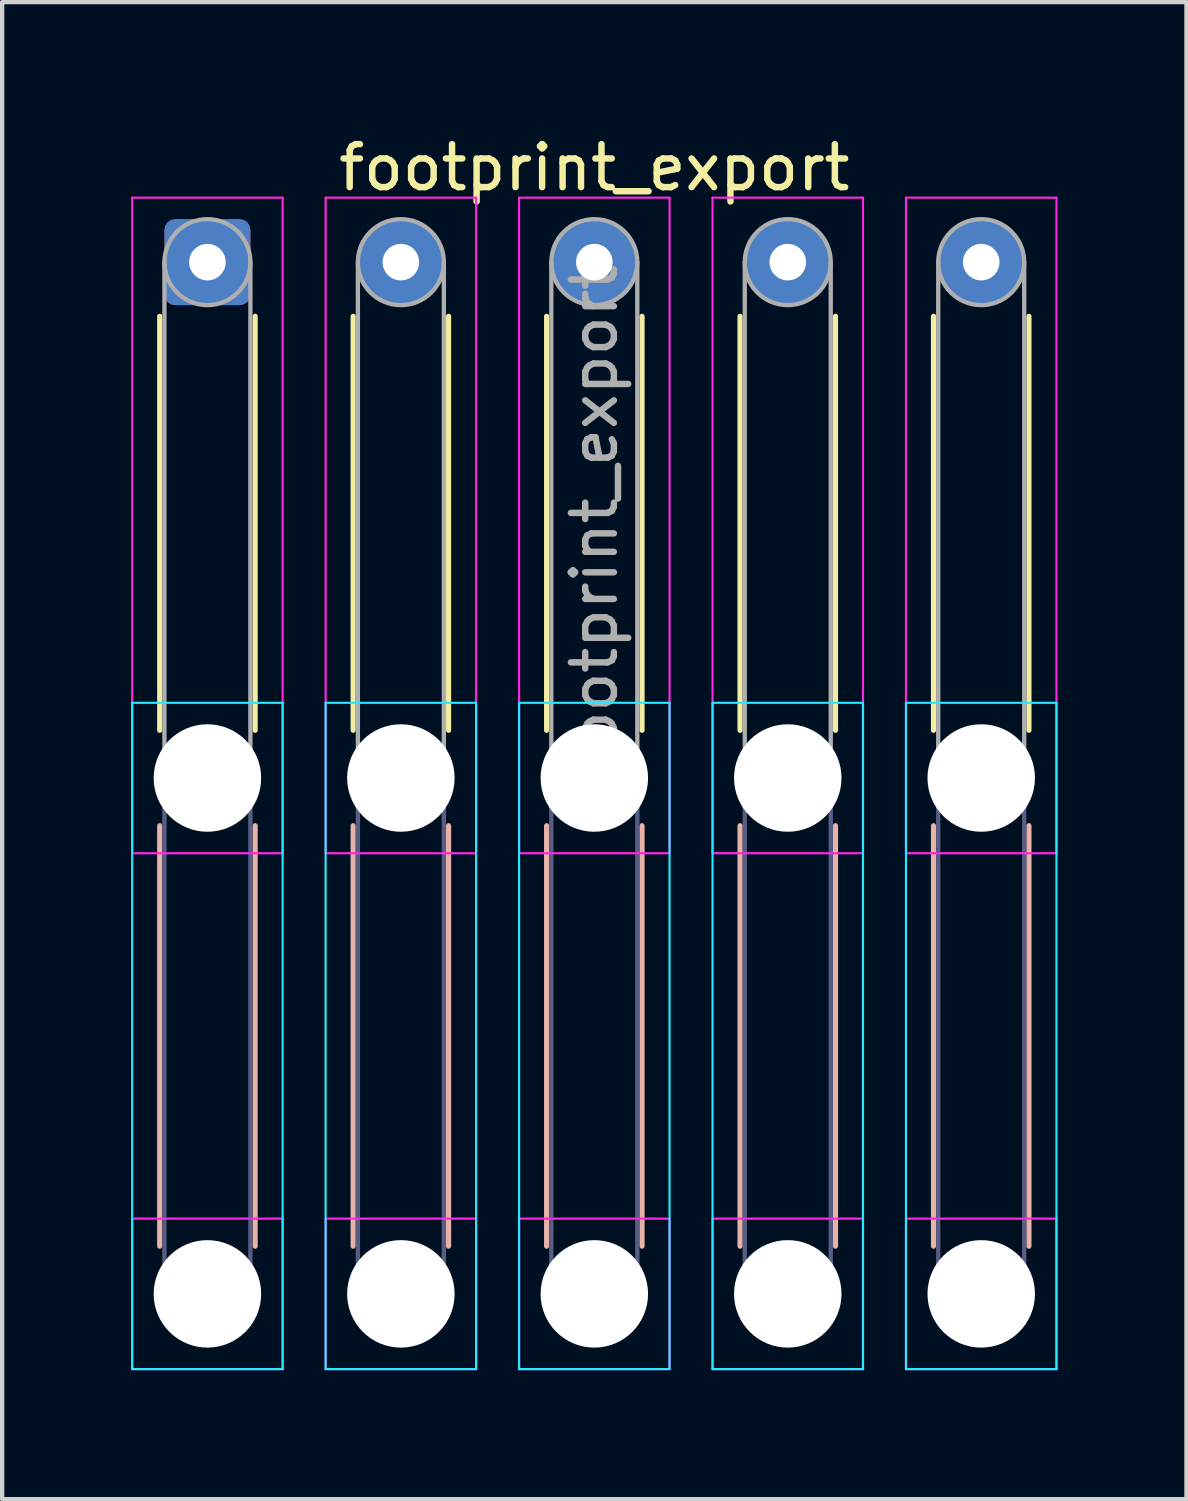
<source format=kicad_pcb>
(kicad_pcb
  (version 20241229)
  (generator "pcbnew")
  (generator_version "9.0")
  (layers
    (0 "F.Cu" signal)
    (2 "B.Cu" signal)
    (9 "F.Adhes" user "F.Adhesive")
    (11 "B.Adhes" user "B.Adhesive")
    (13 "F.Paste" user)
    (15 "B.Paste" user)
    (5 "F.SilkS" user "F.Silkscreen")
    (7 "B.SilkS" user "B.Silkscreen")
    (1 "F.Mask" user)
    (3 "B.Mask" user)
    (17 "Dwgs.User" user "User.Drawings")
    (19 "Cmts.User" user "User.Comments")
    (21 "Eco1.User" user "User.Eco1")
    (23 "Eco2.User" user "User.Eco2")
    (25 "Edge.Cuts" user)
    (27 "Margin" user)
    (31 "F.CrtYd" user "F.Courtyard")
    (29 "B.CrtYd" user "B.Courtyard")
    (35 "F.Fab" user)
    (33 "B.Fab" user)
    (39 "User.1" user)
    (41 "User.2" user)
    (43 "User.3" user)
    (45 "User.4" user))
  (footprint "footprint_export"
    (layer "F.Cu")
    (at 1.775 3.048)
    (property "Reference" "footprint_export" (at 9 -2.2 0) (layer "F.SilkS") (effects (font (size 1 1) (thickness 0.15))))
    (attr exclude_from_pos_files exclude_from_bom)
    (fp_line (start -1.11 1.26) (end -1.11 10.89) (stroke (width 0.12) (type solid)) (layer "F.SilkS"))
    (fp_line (start 1.11 1.26) (end 1.11 10.89) (stroke (width 0.12) (type solid)) (layer "F.SilkS"))
    (fp_line (start 3.39 1.26) (end 3.39 10.89) (stroke (width 0.12) (type solid)) (layer "F.SilkS"))
    (fp_line (start 5.61 1.26) (end 5.61 10.89) (stroke (width 0.12) (type solid)) (layer "F.SilkS"))
    (fp_line (start 7.89 1.26) (end 7.89 10.89) (stroke (width 0.12) (type solid)) (layer "F.SilkS"))
    (fp_line (start 10.11 1.26) (end 10.11 10.89) (stroke (width 0.12) (type solid)) (layer "F.SilkS"))
    (fp_line (start 12.39 1.26) (end 12.39 10.89) (stroke (width 0.12) (type solid)) (layer "F.SilkS"))
    (fp_line (start 14.61 1.26) (end 14.61 10.89) (stroke (width 0.12) (type solid)) (layer "F.SilkS"))
    (fp_line (start 16.89 1.26) (end 16.89 10.89) (stroke (width 0.12) (type solid)) (layer "F.SilkS"))
    (fp_line (start 19.11 1.26) (end 19.11 10.89) (stroke (width 0.12) (type solid)) (layer "F.SilkS"))
    (fp_line (start -1.11 13.11) (end -1.11 22.89) (stroke (width 0.12) (type solid)) (layer "B.SilkS"))
    (fp_line (start 1.11 13.11) (end 1.11 22.89) (stroke (width 0.12) (type solid)) (layer "B.SilkS"))
    (fp_line (start 3.39 13.11) (end 3.39 22.89) (stroke (width 0.12) (type solid)) (layer "B.SilkS"))
    (fp_line (start 5.61 13.11) (end 5.61 22.89) (stroke (width 0.12) (type solid)) (layer "B.SilkS"))
    (fp_line (start 7.89 13.11) (end 7.89 22.89) (stroke (width 0.12) (type solid)) (layer "B.SilkS"))
    (fp_line (start 10.11 13.11) (end 10.11 22.89) (stroke (width 0.12) (type solid)) (layer "B.SilkS"))
    (fp_line (start 12.39 13.11) (end 12.39 22.89) (stroke (width 0.12) (type solid)) (layer "B.SilkS"))
    (fp_line (start 14.61 13.11) (end 14.61 22.89) (stroke (width 0.12) (type solid)) (layer "B.SilkS"))
    (fp_line (start 16.89 13.11) (end 16.89 22.89) (stroke (width 0.12) (type solid)) (layer "B.SilkS"))
    (fp_line (start 19.11 13.11) (end 19.11 22.89) (stroke (width 0.12) (type solid)) (layer "B.SilkS"))
    (fp_line (start -1.75 10.25) (end -1.75 25.75) (stroke (width 0.05) (type solid)) (layer "B.CrtYd"))
    (fp_line (start -1.75 25.75) (end 1.75 25.75) (stroke (width 0.05) (type solid)) (layer "B.CrtYd"))
    (fp_line (start 1.75 10.25) (end -1.75 10.25) (stroke (width 0.05) (type solid)) (layer "B.CrtYd"))
    (fp_line (start 1.75 25.75) (end 1.75 10.25) (stroke (width 0.05) (type solid)) (layer "B.CrtYd"))
    (fp_line (start 2.75 10.25) (end 2.75 25.75) (stroke (width 0.05) (type solid)) (layer "B.CrtYd"))
    (fp_line (start 2.75 25.75) (end 6.25 25.75) (stroke (width 0.05) (type solid)) (layer "B.CrtYd"))
    (fp_line (start 6.25 10.25) (end 2.75 10.25) (stroke (width 0.05) (type solid)) (layer "B.CrtYd"))
    (fp_line (start 6.25 25.75) (end 6.25 10.25) (stroke (width 0.05) (type solid)) (layer "B.CrtYd"))
    (fp_line (start 7.25 10.25) (end 7.25 25.75) (stroke (width 0.05) (type solid)) (layer "B.CrtYd"))
    (fp_line (start 7.25 25.75) (end 10.75 25.75) (stroke (width 0.05) (type solid)) (layer "B.CrtYd"))
    (fp_line (start 10.75 10.25) (end 7.25 10.25) (stroke (width 0.05) (type solid)) (layer "B.CrtYd"))
    (fp_line (start 10.75 25.75) (end 10.75 10.25) (stroke (width 0.05) (type solid)) (layer "B.CrtYd"))
    (fp_line (start 11.75 10.25) (end 11.75 25.75) (stroke (width 0.05) (type solid)) (layer "B.CrtYd"))
    (fp_line (start 11.75 25.75) (end 15.25 25.75) (stroke (width 0.05) (type solid)) (layer "B.CrtYd"))
    (fp_line (start 15.25 10.25) (end 11.75 10.25) (stroke (width 0.05) (type solid)) (layer "B.CrtYd"))
    (fp_line (start 15.25 25.75) (end 15.25 10.25) (stroke (width 0.05) (type solid)) (layer "B.CrtYd"))
    (fp_line (start 16.25 10.25) (end 16.25 25.75) (stroke (width 0.05) (type solid)) (layer "B.CrtYd"))
    (fp_line (start 16.25 25.75) (end 19.75 25.75) (stroke (width 0.05) (type solid)) (layer "B.CrtYd"))
    (fp_line (start 19.75 10.25) (end 16.25 10.25) (stroke (width 0.05) (type solid)) (layer "B.CrtYd"))
    (fp_line (start 19.75 25.75) (end 19.75 10.25) (stroke (width 0.05) (type solid)) (layer "B.CrtYd"))
    (fp_line (start -1.75 -1.5) (end -1.75 13.75) (stroke (width 0.05) (type solid)) (layer "F.CrtYd"))
    (fp_line (start -1.75 13.75) (end 1.75 13.75) (stroke (width 0.05) (type solid)) (layer "F.CrtYd"))
    (fp_line (start -1.75 22.25) (end -1.75 25.75) (stroke (width 0.05) (type solid)) (layer "F.CrtYd"))
    (fp_line (start -1.75 25.75) (end 1.75 25.75) (stroke (width 0.05) (type solid)) (layer "F.CrtYd"))
    (fp_line (start 1.75 -1.5) (end -1.75 -1.5) (stroke (width 0.05) (type solid)) (layer "F.CrtYd"))
    (fp_line (start 1.75 13.75) (end 1.75 -1.5) (stroke (width 0.05) (type solid)) (layer "F.CrtYd"))
    (fp_line (start 1.75 22.25) (end -1.75 22.25) (stroke (width 0.05) (type solid)) (layer "F.CrtYd"))
    (fp_line (start 1.75 25.75) (end 1.75 22.25) (stroke (width 0.05) (type solid)) (layer "F.CrtYd"))
    (fp_line (start 2.75 -1.5) (end 2.75 13.75) (stroke (width 0.05) (type solid)) (layer "F.CrtYd"))
    (fp_line (start 2.75 13.75) (end 6.25 13.75) (stroke (width 0.05) (type solid)) (layer "F.CrtYd"))
    (fp_line (start 2.75 22.25) (end 2.75 25.75) (stroke (width 0.05) (type solid)) (layer "F.CrtYd"))
    (fp_line (start 2.75 25.75) (end 6.25 25.75) (stroke (width 0.05) (type solid)) (layer "F.CrtYd"))
    (fp_line (start 6.25 -1.5) (end 2.75 -1.5) (stroke (width 0.05) (type solid)) (layer "F.CrtYd"))
    (fp_line (start 6.25 13.75) (end 6.25 -1.5) (stroke (width 0.05) (type solid)) (layer "F.CrtYd"))
    (fp_line (start 6.25 22.25) (end 2.75 22.25) (stroke (width 0.05) (type solid)) (layer "F.CrtYd"))
    (fp_line (start 6.25 25.75) (end 6.25 22.25) (stroke (width 0.05) (type solid)) (layer "F.CrtYd"))
    (fp_line (start 7.25 -1.5) (end 7.25 13.75) (stroke (width 0.05) (type solid)) (layer "F.CrtYd"))
    (fp_line (start 7.25 13.75) (end 10.75 13.75) (stroke (width 0.05) (type solid)) (layer "F.CrtYd"))
    (fp_line (start 7.25 22.25) (end 7.25 25.75) (stroke (width 0.05) (type solid)) (layer "F.CrtYd"))
    (fp_line (start 7.25 25.75) (end 10.75 25.75) (stroke (width 0.05) (type solid)) (layer "F.CrtYd"))
    (fp_line (start 10.75 -1.5) (end 7.25 -1.5) (stroke (width 0.05) (type solid)) (layer "F.CrtYd"))
    (fp_line (start 10.75 13.75) (end 10.75 -1.5) (stroke (width 0.05) (type solid)) (layer "F.CrtYd"))
    (fp_line (start 10.75 22.25) (end 7.25 22.25) (stroke (width 0.05) (type solid)) (layer "F.CrtYd"))
    (fp_line (start 10.75 25.75) (end 10.75 22.25) (stroke (width 0.05) (type solid)) (layer "F.CrtYd"))
    (fp_line (start 11.75 -1.5) (end 11.75 13.75) (stroke (width 0.05) (type solid)) (layer "F.CrtYd"))
    (fp_line (start 11.75 13.75) (end 15.25 13.75) (stroke (width 0.05) (type solid)) (layer "F.CrtYd"))
    (fp_line (start 11.75 22.25) (end 11.75 25.75) (stroke (width 0.05) (type solid)) (layer "F.CrtYd"))
    (fp_line (start 11.75 25.75) (end 15.25 25.75) (stroke (width 0.05) (type solid)) (layer "F.CrtYd"))
    (fp_line (start 15.25 -1.5) (end 11.75 -1.5) (stroke (width 0.05) (type solid)) (layer "F.CrtYd"))
    (fp_line (start 15.25 13.75) (end 15.25 -1.5) (stroke (width 0.05) (type solid)) (layer "F.CrtYd"))
    (fp_line (start 15.25 22.25) (end 11.75 22.25) (stroke (width 0.05) (type solid)) (layer "F.CrtYd"))
    (fp_line (start 15.25 25.75) (end 15.25 22.25) (stroke (width 0.05) (type solid)) (layer "F.CrtYd"))
    (fp_line (start 16.25 -1.5) (end 16.25 13.75) (stroke (width 0.05) (type solid)) (layer "F.CrtYd"))
    (fp_line (start 16.25 13.75) (end 19.75 13.75) (stroke (width 0.05) (type solid)) (layer "F.CrtYd"))
    (fp_line (start 16.25 22.25) (end 16.25 25.75) (stroke (width 0.05) (type solid)) (layer "F.CrtYd"))
    (fp_line (start 16.25 25.75) (end 19.75 25.75) (stroke (width 0.05) (type solid)) (layer "F.CrtYd"))
    (fp_line (start 19.75 -1.5) (end 16.25 -1.5) (stroke (width 0.05) (type solid)) (layer "F.CrtYd"))
    (fp_line (start 19.75 13.75) (end 19.75 -1.5) (stroke (width 0.05) (type solid)) (layer "F.CrtYd"))
    (fp_line (start 19.75 22.25) (end 16.25 22.25) (stroke (width 0.05) (type solid)) (layer "F.CrtYd"))
    (fp_line (start 19.75 25.75) (end 19.75 22.25) (stroke (width 0.05) (type solid)) (layer "F.CrtYd"))
    (fp_line (start -1 12) (end -1 24) (stroke (width 0.1) (type solid)) (layer "B.Fab"))
    (fp_line (start 1 12) (end 1 24) (stroke (width 0.1) (type solid)) (layer "B.Fab"))
    (fp_line (start 3.5 12) (end 3.5 24) (stroke (width 0.1) (type solid)) (layer "B.Fab"))
    (fp_line (start 5.5 12) (end 5.5 24) (stroke (width 0.1) (type solid)) (layer "B.Fab"))
    (fp_line (start 8 12) (end 8 24) (stroke (width 0.1) (type solid)) (layer "B.Fab"))
    (fp_line (start 10 12) (end 10 24) (stroke (width 0.1) (type solid)) (layer "B.Fab"))
    (fp_line (start 12.5 12) (end 12.5 24) (stroke (width 0.1) (type solid)) (layer "B.Fab"))
    (fp_line (start 14.5 12) (end 14.5 24) (stroke (width 0.1) (type solid)) (layer "B.Fab"))
    (fp_line (start 17 12) (end 17 24) (stroke (width 0.1) (type solid)) (layer "B.Fab"))
    (fp_line (start 19 12) (end 19 24) (stroke (width 0.1) (type solid)) (layer "B.Fab"))
    (fp_circle (center 0 12) (end 1 12) (stroke (width 0.1) (type solid)) (fill no) (layer "B.Fab"))
    (fp_circle (center 0 24) (end 1 24) (stroke (width 0.1) (type solid)) (fill no) (layer "B.Fab"))
    (fp_circle (center 4.5 12) (end 5.5 12) (stroke (width 0.1) (type solid)) (fill no) (layer "B.Fab"))
    (fp_circle (center 4.5 24) (end 5.5 24) (stroke (width 0.1) (type solid)) (fill no) (layer "B.Fab"))
    (fp_circle (center 9 12) (end 10 12) (stroke (width 0.1) (type solid)) (fill no) (layer "B.Fab"))
    (fp_circle (center 9 24) (end 10 24) (stroke (width 0.1) (type solid)) (fill no) (layer "B.Fab"))
    (fp_circle (center 13.5 12) (end 14.5 12) (stroke (width 0.1) (type solid)) (fill no) (layer "B.Fab"))
    (fp_circle (center 13.5 24) (end 14.5 24) (stroke (width 0.1) (type solid)) (fill no) (layer "B.Fab"))
    (fp_circle (center 18 12) (end 19 12) (stroke (width 0.1) (type solid)) (fill no) (layer "B.Fab"))
    (fp_circle (center 18 24) (end 19 24) (stroke (width 0.1) (type solid)) (fill no) (layer "B.Fab"))
    (fp_line (start -1 0) (end -1 12) (stroke (width 0.1) (type solid)) (layer "F.Fab"))
    (fp_line (start 1 0) (end 1 12) (stroke (width 0.1) (type solid)) (layer "F.Fab"))
    (fp_line (start 3.5 0) (end 3.5 12) (stroke (width 0.1) (type solid)) (layer "F.Fab"))
    (fp_line (start 5.5 0) (end 5.5 12) (stroke (width 0.1) (type solid)) (layer "F.Fab"))
    (fp_line (start 8 0) (end 8 12) (stroke (width 0.1) (type solid)) (layer "F.Fab"))
    (fp_line (start 10 0) (end 10 12) (stroke (width 0.1) (type solid)) (layer "F.Fab"))
    (fp_line (start 12.5 0) (end 12.5 12) (stroke (width 0.1) (type solid)) (layer "F.Fab"))
    (fp_line (start 14.5 0) (end 14.5 12) (stroke (width 0.1) (type solid)) (layer "F.Fab"))
    (fp_line (start 17 0) (end 17 12) (stroke (width 0.1) (type solid)) (layer "F.Fab"))
    (fp_line (start 19 0) (end 19 12) (stroke (width 0.1) (type solid)) (layer "F.Fab"))
    (fp_circle (center 0 0) (end 1 0) (stroke (width 0.1) (type solid)) (fill no) (layer "F.Fab"))
    (fp_circle (center 0 12) (end 1 12) (stroke (width 0.1) (type solid)) (fill no) (layer "F.Fab"))
    (fp_circle (center 0 24) (end 1 24) (stroke (width 0.1) (type solid)) (fill no) (layer "F.Fab"))
    (fp_circle (center 4.5 0) (end 5.5 0) (stroke (width 0.1) (type solid)) (fill no) (layer "F.Fab"))
    (fp_circle (center 4.5 12) (end 5.5 12) (stroke (width 0.1) (type solid)) (fill no) (layer "F.Fab"))
    (fp_circle (center 4.5 24) (end 5.5 24) (stroke (width 0.1) (type solid)) (fill no) (layer "F.Fab"))
    (fp_circle (center 9 0) (end 10 0) (stroke (width 0.1) (type solid)) (fill no) (layer "F.Fab"))
    (fp_circle (center 9 12) (end 10 12) (stroke (width 0.1) (type solid)) (fill no) (layer "F.Fab"))
    (fp_circle (center 9 24) (end 10 24) (stroke (width 0.1) (type solid)) (fill no) (layer "F.Fab"))
    (fp_circle (center 13.5 0) (end 14.5 0) (stroke (width 0.1) (type solid)) (fill no) (layer "F.Fab"))
    (fp_circle (center 13.5 12) (end 14.5 12) (stroke (width 0.1) (type solid)) (fill no) (layer "F.Fab"))
    (fp_circle (center 13.5 24) (end 14.5 24) (stroke (width 0.1) (type solid)) (fill no) (layer "F.Fab"))
    (fp_circle (center 18 0) (end 19 0) (stroke (width 0.1) (type solid)) (fill no) (layer "F.Fab"))
    (fp_circle (center 18 12) (end 19 12) (stroke (width 0.1) (type solid)) (fill no) (layer "F.Fab"))
    (fp_circle (center 18 24) (end 19 24) (stroke (width 0.1) (type solid)) (fill no) (layer "F.Fab"))
    (fp_text user "${REFERENCE}" (at 9 6 90) (layer "F.Fab") (effects (font (size 1 1) (thickness 0.15))))
    (pad "" np_thru_hole circle (at 0 12) (size 2.5 2.5) (drill 2.5) (layers "*.Cu" "*.Mask"))
    (pad "" np_thru_hole circle (at 0 24) (size 2.5 2.5) (drill 2.5) (layers "*.Cu" "*.Mask"))
    (pad "" np_thru_hole circle (at 4.5 12) (size 2.5 2.5) (drill 2.5) (layers "*.Cu" "*.Mask"))
    (pad "" np_thru_hole circle (at 4.5 24) (size 2.5 2.5) (drill 2.5) (layers "*.Cu" "*.Mask"))
    (pad "" np_thru_hole circle (at 9 12) (size 2.5 2.5) (drill 2.5) (layers "*.Cu" "*.Mask"))
    (pad "" np_thru_hole circle (at 9 24) (size 2.5 2.5) (drill 2.5) (layers "*.Cu" "*.Mask"))
    (pad "" np_thru_hole circle (at 13.5 12) (size 2.5 2.5) (drill 2.5) (layers "*.Cu" "*.Mask"))
    (pad "" np_thru_hole circle (at 13.5 24) (size 2.5 2.5) (drill 2.5) (layers "*.Cu" "*.Mask"))
    (pad "" np_thru_hole circle (at 18 12) (size 2.5 2.5) (drill 2.5) (layers "*.Cu" "*.Mask"))
    (pad "" np_thru_hole circle (at 18 24) (size 2.5 2.5) (drill 2.5) (layers "*.Cu" "*.Mask"))
    (pad "1" thru_hole roundrect (at 0 0) (size 2 2) (drill 0.85) (layers "*.Cu" "*.Mask") (roundrect_rratio 0.125))
    (pad "2" thru_hole circle (at 4.5 0) (size 2 2) (drill 0.85) (layers "*.Cu" "*.Mask"))
    (pad "3" thru_hole circle (at 9 0) (size 2 2) (drill 0.85) (layers "*.Cu" "*.Mask"))
    (pad "4" thru_hole circle (at 13.5 0) (size 2 2) (drill 0.85) (layers "*.Cu" "*.Mask"))
    (pad "5" thru_hole circle (at 18 0) (size 2 2) (drill 0.85) (layers "*.Cu" "*.Mask")))
  (gr_rect
    (start -3 -3)
    (end 24.55 31.823)
    (stroke (width 0.1) (type default))
    (fill no)
    (layer "Edge.Cuts")))
</source>
